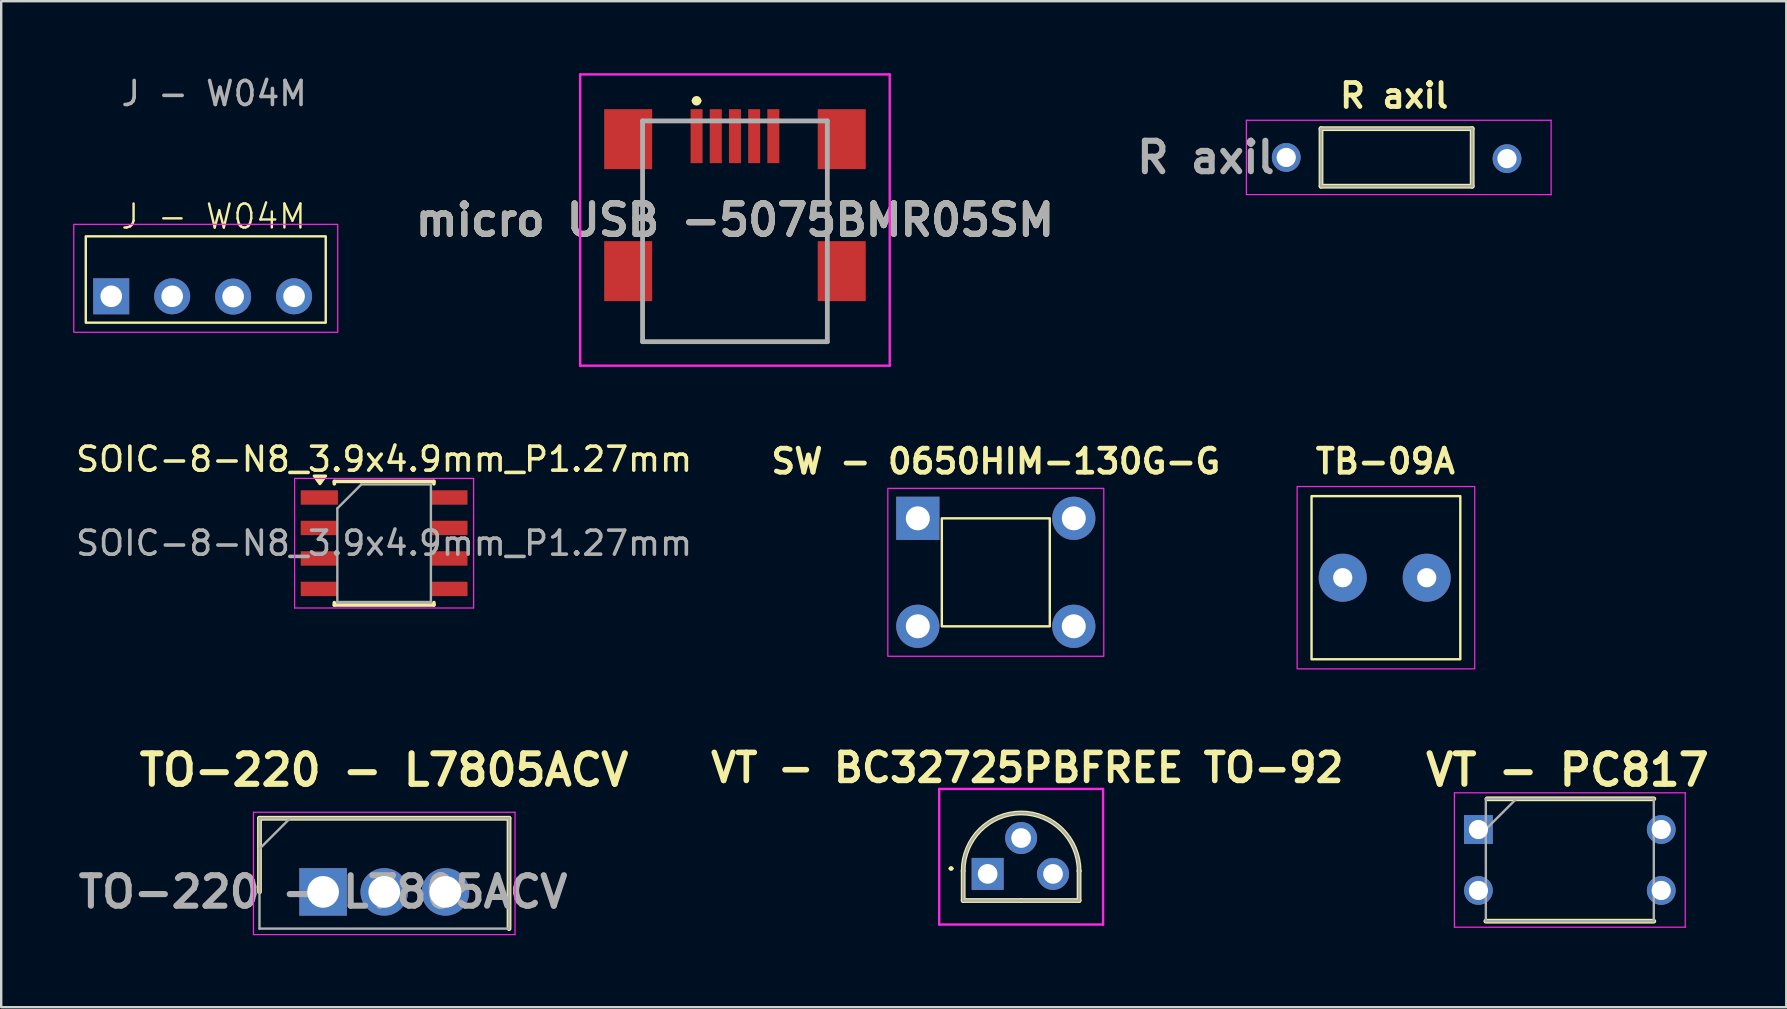
<source format=kicad_pcb>
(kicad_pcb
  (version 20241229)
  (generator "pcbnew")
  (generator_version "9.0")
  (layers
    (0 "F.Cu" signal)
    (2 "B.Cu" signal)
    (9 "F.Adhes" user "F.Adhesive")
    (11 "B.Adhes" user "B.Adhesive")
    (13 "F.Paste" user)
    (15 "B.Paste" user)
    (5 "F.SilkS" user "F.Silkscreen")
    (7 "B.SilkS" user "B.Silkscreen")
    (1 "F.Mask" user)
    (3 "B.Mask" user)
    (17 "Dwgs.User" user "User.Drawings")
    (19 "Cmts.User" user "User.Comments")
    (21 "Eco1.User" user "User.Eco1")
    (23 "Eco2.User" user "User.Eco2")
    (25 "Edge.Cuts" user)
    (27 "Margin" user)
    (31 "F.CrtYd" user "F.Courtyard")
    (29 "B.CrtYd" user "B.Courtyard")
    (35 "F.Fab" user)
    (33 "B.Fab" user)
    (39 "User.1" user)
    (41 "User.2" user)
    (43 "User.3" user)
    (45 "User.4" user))
  (footprint "SW - 0650HIM-130G-G"
    (layer "F.Cu")
    (at 38.45 20.801)
    (property "Reference" "SW - 0650HIM-130G-G" (at 0 -4.625 0) (unlocked yes) (layer "F.SilkS") (effects (font (size 1 1) (thickness 0.2) (bold yes))))
    (attr through_hole)
    (fp_rect (start -2.25 -2.25) (end 2.25 2.25) (stroke (width 0.1) (type solid)) (fill no) (layer "F.SilkS"))
    (fp_rect (start -4.5 -3.5) (end 4.5 3.5) (stroke (width 0.05) (type solid)) (fill no) (layer "F.CrtYd"))
    (pad "1" thru_hole rect (at -3.25 -2.25) (size 1.8 1.8) (drill 1) (layers "*.Cu" "*.Mask"))
    (pad "2" thru_hole circle (at 3.25 -2.25) (size 1.8 1.8) (drill 1) (layers "*.Cu" "*.Mask"))
    (pad "3" thru_hole circle (at -3.25 2.25) (size 1.8 1.8) (drill 1) (layers "*.Cu" "*.Mask"))
    (pad "4" thru_hole circle (at 3.25 2.25) (size 1.8 1.8) (drill 1) (layers "*.Cu" "*.Mask")))
  (footprint "VT - BC32725PBFREE TO-92"
    (layer "F.Cu")
    (at 38.235 33.145)
    (property "Reference" "VT - BC32725PBFREE TO-92" (at 1.525 -4.2 0) (unlocked yes) (layer "F.SilkS") (effects (font (size 1.168 1.168) (thickness 0.234) (bold yes))))
    (fp_line (start -1.7 0) (end -1.7 0) (stroke (width 0.1) (type solid)) (layer "F.SilkS"))
    (fp_line (start -1.6 0) (end -1.6 0) (stroke (width 0.1) (type solid)) (layer "F.SilkS"))
    (fp_line (start -1.145 0.1) (end -1.145 1.335) (stroke (width 0.2) (type solid)) (layer "F.SilkS"))
    (fp_line (start -1.145 1.335) (end 1.27 1.335) (stroke (width 0.2) (type solid)) (layer "F.SilkS"))
    (fp_line (start 1.27 1.335) (end 3.685 1.335) (stroke (width 0.2) (type solid)) (layer "F.SilkS"))
    (fp_line (start 3.685 0.1) (end 3.685 0.1) (stroke (width 0.2) (type solid)) (layer "F.SilkS"))
    (fp_line (start 3.685 1.335) (end 3.685 0.1) (stroke (width 0.2) (type solid)) (layer "F.SilkS"))
    (fp_arc (start -1.7 0) (mid -1.65 -0.05) (end -1.6 0) (stroke (width 0.1) (type solid)) (layer "F.SilkS"))
    (fp_arc (start -1.6 0) (mid -1.65 0.05) (end -1.7 0) (stroke (width 0.1) (type solid)) (layer "F.SilkS"))
    (fp_arc (start -1.145 0.1) (mid 1.27 -2.315) (end 3.685 0.1) (stroke (width 0.2) (type solid)) (layer "F.SilkS"))
    (fp_line (start -2.145 -3.315) (end 4.685 -3.315) (stroke (width 0.1) (type solid)) (layer "F.CrtYd"))
    (fp_line (start -2.145 2.335) (end -2.145 -3.315) (stroke (width 0.1) (type solid)) (layer "F.CrtYd"))
    (fp_line (start 4.685 -3.315) (end 4.685 2.335) (stroke (width 0.1) (type solid)) (layer "F.CrtYd"))
    (fp_line (start 4.685 2.335) (end -2.145 2.335) (stroke (width 0.1) (type solid)) (layer "F.CrtYd"))
    (fp_line (start -1.145 0.1) (end -1.145 1.335) (stroke (width 0.1) (type solid)) (layer "F.Fab"))
    (fp_line (start -1.145 1.335) (end 1.27 1.335) (stroke (width 0.1) (type solid)) (layer "F.Fab"))
    (fp_line (start 1.27 1.335) (end 3.685 1.335) (stroke (width 0.1) (type solid)) (layer "F.Fab"))
    (fp_line (start 3.685 0.1) (end 3.685 0.1) (stroke (width 0.1) (type solid)) (layer "F.Fab"))
    (fp_line (start 3.685 1.335) (end 3.685 0.1) (stroke (width 0.1) (type solid)) (layer "F.Fab"))
    (fp_arc (start -1.145 0.1) (mid 1.27 -2.315) (end 3.685 0.1) (stroke (width 0.1) (type solid)) (layer "F.Fab"))
    (pad "1" thru_hole rect (at -0.125 0.225) (size 1.333 1.333) (drill 0.82) (layers "*.Cu" "*.Mask"))
    (pad "2" thru_hole circle (at 1.27 -1.27) (size 1.333 1.333) (drill 0.82) (layers "*.Cu" "*.Mask"))
    (pad "3" thru_hole circle (at 2.6 0.225) (size 1.333 1.333) (drill 0.82) (layers "*.Cu" "*.Mask")))
  (footprint "VT - PC817"
    (layer "F.Cu")
    (at 62.372 32.79)
    (property "Reference" "VT - PC817" (at -0.1 -3.75 0) (layer "F.SilkS") (effects (font (size 1.27 1.27) (thickness 0.254) (bold yes))))
    (attr through_hole)
    (fp_line (start -3.5 2.55) (end 3.5 2.55) (stroke (width 0.2) (type solid)) (layer "F.SilkS"))
    (fp_line (start -3.45 -2.55) (end 3.5 -2.55) (stroke (width 0.2) (type solid)) (layer "F.SilkS"))
    (fp_line (start -4.81 -2.8) (end 4.81 -2.8) (stroke (width 0.05) (type solid)) (layer "F.CrtYd"))
    (fp_line (start -4.81 2.8) (end -4.81 -2.8) (stroke (width 0.05) (type solid)) (layer "F.CrtYd"))
    (fp_line (start 4.81 -2.8) (end 4.81 2.8) (stroke (width 0.05) (type solid)) (layer "F.CrtYd"))
    (fp_line (start 4.81 2.8) (end -4.81 2.8) (stroke (width 0.05) (type solid)) (layer "F.CrtYd"))
    (fp_line (start -3.5 -2.55) (end 3.5 -2.55) (stroke (width 0.1) (type solid)) (layer "F.Fab"))
    (fp_line (start -3.5 -1.28) (end -2.23 -2.55) (stroke (width 0.1) (type solid)) (layer "F.Fab"))
    (fp_line (start -3.5 2.55) (end -3.5 -2.55) (stroke (width 0.1) (type solid)) (layer "F.Fab"))
    (fp_line (start 3.5 -2.55) (end 3.5 2.55) (stroke (width 0.1) (type solid)) (layer "F.Fab"))
    (fp_line (start 3.5 2.55) (end -3.5 2.55) (stroke (width 0.1) (type solid)) (layer "F.Fab"))
    (pad "1" thru_hole rect (at -3.81 -1.27) (size 1.2 1.2) (drill 0.8) (layers "*.Cu" "*.Mask"))
    (pad "2" thru_hole circle (at -3.81 1.27) (size 1.2 1.2) (drill 0.8) (layers "*.Cu" "*.Mask"))
    (pad "3" thru_hole circle (at 3.81 1.27) (size 1.2 1.2) (drill 0.8) (layers "*.Cu" "*.Mask"))
    (pad "4" thru_hole circle (at 3.81 -1.27) (size 1.2 1.2) (drill 0.8) (layers "*.Cu" "*.Mask")))
  (footprint "TO-220 - L7805ACV"
    (layer "F.Cu")
    (at 10.414 34.12)
    (property "Reference" "TO-220 - L7805ACV" (at 2.54 -5.08 0) (layer "F.SilkS") (effects (font (size 1.27 1.27) (thickness 0.254))))
    (attr through_hole)
    (fp_line (start -2.65 -3.07) (end -2.65 0) (stroke (width 0.2) (type solid)) (layer "F.SilkS"))
    (fp_line (start 7.75 -3.07) (end -2.65 -3.07) (stroke (width 0.2) (type solid)) (layer "F.SilkS"))
    (fp_line (start 7.75 1.53) (end 7.75 -3.07) (stroke (width 0.2) (type solid)) (layer "F.SilkS"))
    (fp_line (start -2.9 -3.32) (end 8 -3.32) (stroke (width 0.05) (type solid)) (layer "F.CrtYd"))
    (fp_line (start -2.9 1.78) (end -2.9 -3.32) (stroke (width 0.05) (type solid)) (layer "F.CrtYd"))
    (fp_line (start 8 -3.32) (end 8 1.78) (stroke (width 0.05) (type solid)) (layer "F.CrtYd"))
    (fp_line (start 8 1.78) (end -2.9 1.78) (stroke (width 0.05) (type solid)) (layer "F.CrtYd"))
    (fp_line (start -2.65 -3.07) (end 7.75 -3.07) (stroke (width 0.1) (type solid)) (layer "F.Fab"))
    (fp_line (start -2.65 -1.795) (end -1.375 -3.07) (stroke (width 0.1) (type solid)) (layer "F.Fab"))
    (fp_line (start -2.65 1.53) (end -2.65 -3.07) (stroke (width 0.1) (type solid)) (layer "F.Fab"))
    (fp_line (start 7.75 -3.07) (end 7.75 1.53) (stroke (width 0.1) (type solid)) (layer "F.Fab"))
    (fp_line (start 7.75 1.53) (end -2.65 1.53) (stroke (width 0.1) (type solid)) (layer "F.Fab"))
    (fp_text user "${REFERENCE}" (at 0 0 0) (layer "F.Fab") (effects (font (size 1.27 1.27) (thickness 0.254))))
    (pad "1" thru_hole rect (at 0 0) (size 1.98 1.98) (drill 1.32) (layers "*.Cu" "*.Mask"))
    (pad "2" thru_hole circle (at 2.55 0) (size 1.98 1.98) (drill 1.32) (layers "*.Cu" "*.Mask"))
    (pad "3" thru_hole circle (at 5.1 0) (size 1.98 1.98) (drill 1.32) (layers "*.Cu" "*.Mask")))
  (footprint "TB-09A"
    (layer "F.Cu")
    (at 54.608 21.026)
    (property "Reference" "TB-09A" (at 0.075 -4.85 0) (unlocked yes) (layer "F.SilkS") (effects (font (size 1 1) (thickness 0.2) (bold yes))))
    (attr through_hole)
    (fp_rect (start -3 -3.4) (end 3.2 3.4) (stroke (width 0.1) (type default)) (fill no) (layer "F.SilkS"))
    (fp_rect (start -3.6 -3.8) (end 3.8 3.8) (stroke (width 0.05) (type default)) (fill no) (layer "F.CrtYd"))
    (pad "1" thru_hole circle (at -1.7 0) (size 2 2) (drill 0.8) (layers "*.Cu" "*.Mask"))
    (pad "2" thru_hole circle (at 1.8 0) (size 2 2) (drill 0.8) (layers "*.Cu" "*.Mask")))
  (footprint "R axil"
    (layer "F.Cu")
    (at 46.353 3.561)
    (property "Reference" "R axil" (at 8.7 -2.625 0) (unlocked yes) (layer "F.SilkS") (effects (font (size 1 1) (thickness 0.2) (bold yes))))
    (attr through_hole)
    (fp_line (start 5.65 -1.25) (end 11.95 -1.25) (stroke (width 0.2) (type solid)) (layer "F.SilkS"))
    (fp_line (start 5.65 1.15) (end 5.65 -1.25) (stroke (width 0.2) (type solid)) (layer "F.SilkS"))
    (fp_line (start 11.95 -1.25) (end 11.95 1.15) (stroke (width 0.2) (type solid)) (layer "F.SilkS"))
    (fp_line (start 11.95 1.15) (end 5.65 1.15) (stroke (width 0.2) (type solid)) (layer "F.SilkS"))
    (fp_line (start 2.54 -1.6) (end 15.24 -1.6) (stroke (width 0.05) (type solid)) (layer "F.CrtYd"))
    (fp_line (start 2.54 1.5) (end 2.54 -1.6) (stroke (width 0.05) (type solid)) (layer "F.CrtYd"))
    (fp_line (start 15.24 -1.6) (end 15.24 1.5) (stroke (width 0.05) (type solid)) (layer "F.CrtYd"))
    (fp_line (start 15.24 1.5) (end 2.54 1.5) (stroke (width 0.05) (type solid)) (layer "F.CrtYd"))
    (fp_line (start 5.65 -1.25) (end 11.95 -1.25) (stroke (width 0.1) (type solid)) (layer "F.Fab"))
    (fp_line (start 5.65 1.15) (end 5.65 -1.25) (stroke (width 0.1) (type solid)) (layer "F.Fab"))
    (fp_line (start 11.95 -1.25) (end 11.95 1.15) (stroke (width 0.1) (type solid)) (layer "F.Fab"))
    (fp_line (start 11.95 1.15) (end 5.65 1.15) (stroke (width 0.1) (type solid)) (layer "F.Fab"))
    (fp_text user "${REFERENCE}" (at 0.85 -0.05 0) (layer "F.Fab") (effects (font (size 1.27 1.27) (thickness 0.254))))
    (pad "1" thru_hole circle (at 4.2 -0.05) (size 1.2 1.2) (drill 0.8) (layers "*.Cu" "*.Mask"))
    (pad "2" thru_hole circle (at 13.4 0) (size 1.2 1.2) (drill 0.8) (layers "*.Cu" "*.Mask")))
  (footprint "J - W04M"
    (layer "F.Cu")
    (at 5.525 6.798)
    (property "Reference" "J - W04M" (at 0.325 -0.825 0) (unlocked yes) (layer "F.SilkS") (effects (font (size 1 1) (thickness 0.1))))
    (attr through_hole)
    (fp_rect (start -5 0) (end 5 3.6) (stroke (width 0.1) (type default)) (fill no) (layer "F.SilkS"))
    (fp_rect (start -5.5 -0.5) (end 5.5 4) (stroke (width 0.05) (type default)) (fill no) (layer "F.CrtYd"))
    (fp_text user "${REFERENCE}" (at 0.35 -5.95 0) (unlocked yes) (layer "F.Fab") (effects (font (size 1 1) (thickness 0.15))))
    (pad "1" thru_hole rect (at -3.94 2.5) (size 1.5 1.5) (drill 0.9) (layers "*.Cu" "*.Mask"))
    (pad "2" thru_hole circle (at -1.4 2.5) (size 1.5 1.5) (drill 0.9) (layers "*.Cu" "*.Mask"))
    (pad "3" thru_hole circle (at 1.14 2.512) (size 1.5 1.5) (drill 0.9) (layers "*.Cu" "*.Mask"))
    (pad "4" thru_hole circle (at 3.68 2.5) (size 1.5 1.5) (drill 0.9) (layers "*.Cu" "*.Mask")))
  (footprint "micro USB -5075BMR05SM"
    (layer "F.Cu")
    (at 27.579 6.12)
    (property "Reference" "micro USB -5075BMR05SM" (at 0 0 0) (layer "F.SilkS") (effects (font (size 1.27 1.27) (thickness 0.254))))
    (attr smd)
    (fp_line (start -3.85 -1.87) (end -3.85 0.63) (stroke (width 0.1) (type solid)) (layer "F.SilkS"))
    (fp_line (start -3.85 3.63) (end -3.85 5.07) (stroke (width 0.1) (type solid)) (layer "F.SilkS"))
    (fp_line (start -3.85 5.07) (end 3.85 5.07) (stroke (width 0.1) (type solid)) (layer "F.SilkS"))
    (fp_line (start -1.7 -4.97) (end -1.7 -4.97) (stroke (width 0.2) (type solid)) (layer "F.SilkS"))
    (fp_line (start -1.5 -4.97) (end -1.5 -4.97) (stroke (width 0.2) (type solid)) (layer "F.SilkS"))
    (fp_line (start 3.85 -1.87) (end 3.85 0.63) (stroke (width 0.1) (type solid)) (layer "F.SilkS"))
    (fp_line (start 3.85 5.07) (end 3.85 3.63) (stroke (width 0.1) (type solid)) (layer "F.SilkS"))
    (fp_arc (start -1.7 -4.97) (mid -1.6 -5.07) (end -1.5 -4.97) (stroke (width 0.2) (type solid)) (layer "F.SilkS"))
    (fp_arc (start -1.5 -4.97) (mid -1.6 -4.87) (end -1.7 -4.97) (stroke (width 0.2) (type solid)) (layer "F.SilkS"))
    (fp_line (start -6.45 -6.07) (end 6.45 -6.07) (stroke (width 0.1) (type solid)) (layer "F.CrtYd"))
    (fp_line (start -6.45 6.07) (end -6.45 -6.07) (stroke (width 0.1) (type solid)) (layer "F.CrtYd"))
    (fp_line (start 6.45 -6.07) (end 6.45 6.07) (stroke (width 0.1) (type solid)) (layer "F.CrtYd"))
    (fp_line (start 6.45 6.07) (end -6.45 6.07) (stroke (width 0.1) (type solid)) (layer "F.CrtYd"))
    (fp_line (start -3.85 -4.13) (end 3.85 -4.13) (stroke (width 0.2) (type solid)) (layer "F.Fab"))
    (fp_line (start -3.85 5.07) (end -3.85 -4.13) (stroke (width 0.2) (type solid)) (layer "F.Fab"))
    (fp_line (start 3.85 -4.13) (end 3.85 5.07) (stroke (width 0.2) (type solid)) (layer "F.Fab"))
    (fp_line (start 3.85 5.07) (end -3.85 5.07) (stroke (width 0.2) (type solid)) (layer "F.Fab"))
    (fp_text user "${REFERENCE}" (at 0 0 0) (layer "F.Fab") (effects (font (size 1.27 1.27) (thickness 0.254))))
    (pad "1" smd rect (at -1.6 -3.495) (size 0.5 2.25) (layers "F.Cu" "F.Mask" "F.Paste"))
    (pad "2" smd rect (at -0.8 -3.495) (size 0.5 2.25) (layers "F.Cu" "F.Mask" "F.Paste"))
    (pad "3" smd rect (at 0 -3.495) (size 0.5 2.25) (layers "F.Cu" "F.Mask" "F.Paste"))
    (pad "4" smd rect (at 0.8 -3.495) (size 0.5 2.25) (layers "F.Cu" "F.Mask" "F.Paste"))
    (pad "5" smd rect (at 1.6 -3.495) (size 0.5 2.25) (layers "F.Cu" "F.Mask" "F.Paste"))
    (pad "6" smd rect (at -4.45 -3.37) (size 2 2.5) (layers "F.Cu" "F.Mask" "F.Paste"))
    (pad "7" smd rect (at -4.45 2.13) (size 2 2.5) (layers "F.Cu" "F.Mask" "F.Paste"))
    (pad "8" smd rect (at 4.45 2.13) (size 2 2.5) (layers "F.Cu" "F.Mask" "F.Paste"))
    (pad "9" smd rect (at 4.45 -3.37) (size 2 2.5) (layers "F.Cu" "F.Mask" "F.Paste")))
  (footprint "SOIC-8-N8_3.9x4.9mm_P1.27mm"
    (layer "F.Cu")
    (at 12.958 19.588)
    (property "Reference" "SOIC-8-N8_3.9x4.9mm_P1.27mm" (at 0 -3.5 0) (layer "F.SilkS") (effects (font (size 1 1) (thickness 0.15))))
    (attr smd)
    (fp_line (start -2.075 -2.575) (end -2.075 -2.475) (stroke (width 0.15) (type solid)) (layer "F.SilkS"))
    (fp_line (start -2.075 -2.575) (end 2.075 -2.575) (stroke (width 0.15) (type solid)) (layer "F.SilkS"))
    (fp_line (start -2.075 2.475) (end -2.075 2.575) (stroke (width 0.15) (type solid)) (layer "F.SilkS"))
    (fp_line (start -2.075 2.575) (end 2.075 2.575) (stroke (width 0.15) (type solid)) (layer "F.SilkS"))
    (fp_line (start 2.075 -2.575) (end 2.075 -2.475) (stroke (width 0.15) (type solid)) (layer "F.SilkS"))
    (fp_line (start 2.075 2.575) (end 2.075 2.475) (stroke (width 0.15) (type solid)) (layer "F.SilkS"))
    (fp_poly (pts (xy -2.675 -2.475) (xy -2.915 -2.805) (xy -2.435 -2.805) (xy -2.675 -2.475)) (stroke (width 0.12) (type solid)) (fill yes) (layer "F.SilkS"))
    (fp_line (start -3.73 -2.7) (end -3.73 2.7) (stroke (width 0.05) (type solid)) (layer "F.CrtYd"))
    (fp_line (start -3.73 -2.7) (end 3.73 -2.7) (stroke (width 0.05) (type solid)) (layer "F.CrtYd"))
    (fp_line (start -3.73 2.7) (end 3.73 2.7) (stroke (width 0.05) (type solid)) (layer "F.CrtYd"))
    (fp_line (start 3.73 -2.7) (end 3.73 2.7) (stroke (width 0.05) (type solid)) (layer "F.CrtYd"))
    (fp_line (start -1.95 -1.45) (end -0.95 -2.45) (stroke (width 0.1) (type solid)) (layer "F.Fab"))
    (fp_line (start -1.95 2.45) (end -1.95 -1.45) (stroke (width 0.1) (type solid)) (layer "F.Fab"))
    (fp_line (start -0.95 -2.45) (end 1.95 -2.45) (stroke (width 0.1) (type solid)) (layer "F.Fab"))
    (fp_line (start 1.95 -2.45) (end 1.95 2.45) (stroke (width 0.1) (type solid)) (layer "F.Fab"))
    (fp_line (start 1.95 2.45) (end -1.95 2.45) (stroke (width 0.1) (type solid)) (layer "F.Fab"))
    (fp_text user "${REFERENCE}" (at 0 0 0) (layer "F.Fab") (effects (font (size 1 1) (thickness 0.15))))
    (pad "1" smd rect (at -2.7 -1.905) (size 1.55 0.6) (layers "F.Cu" "F.Mask" "F.Paste"))
    (pad "2" smd rect (at -2.7 -0.635) (size 1.55 0.6) (layers "F.Cu" "F.Mask" "F.Paste"))
    (pad "3" smd rect (at -2.7 0.635) (size 1.55 0.6) (layers "F.Cu" "F.Mask" "F.Paste"))
    (pad "4" smd rect (at -2.7 1.905) (size 1.55 0.6) (layers "F.Cu" "F.Mask" "F.Paste"))
    (pad "5" smd rect (at 2.7 1.905) (size 1.55 0.6) (layers "F.Cu" "F.Mask" "F.Paste"))
    (pad "6" smd rect (at 2.7 0.635) (size 1.55 0.6) (layers "F.Cu" "F.Mask" "F.Paste"))
    (pad "7" smd rect (at 2.7 -0.635) (size 1.55 0.6) (layers "F.Cu" "F.Mask" "F.Paste"))
    (pad "8" smd rect (at 2.7 -1.905) (size 1.55 0.6) (layers "F.Cu" "F.Mask" "F.Paste")))
  (gr_rect
    (start -3 -3)
    (end 71.393 38.925)
    (stroke (width 0.1) (type default))
    (fill no)
    (layer "Edge.Cuts")))
</source>
